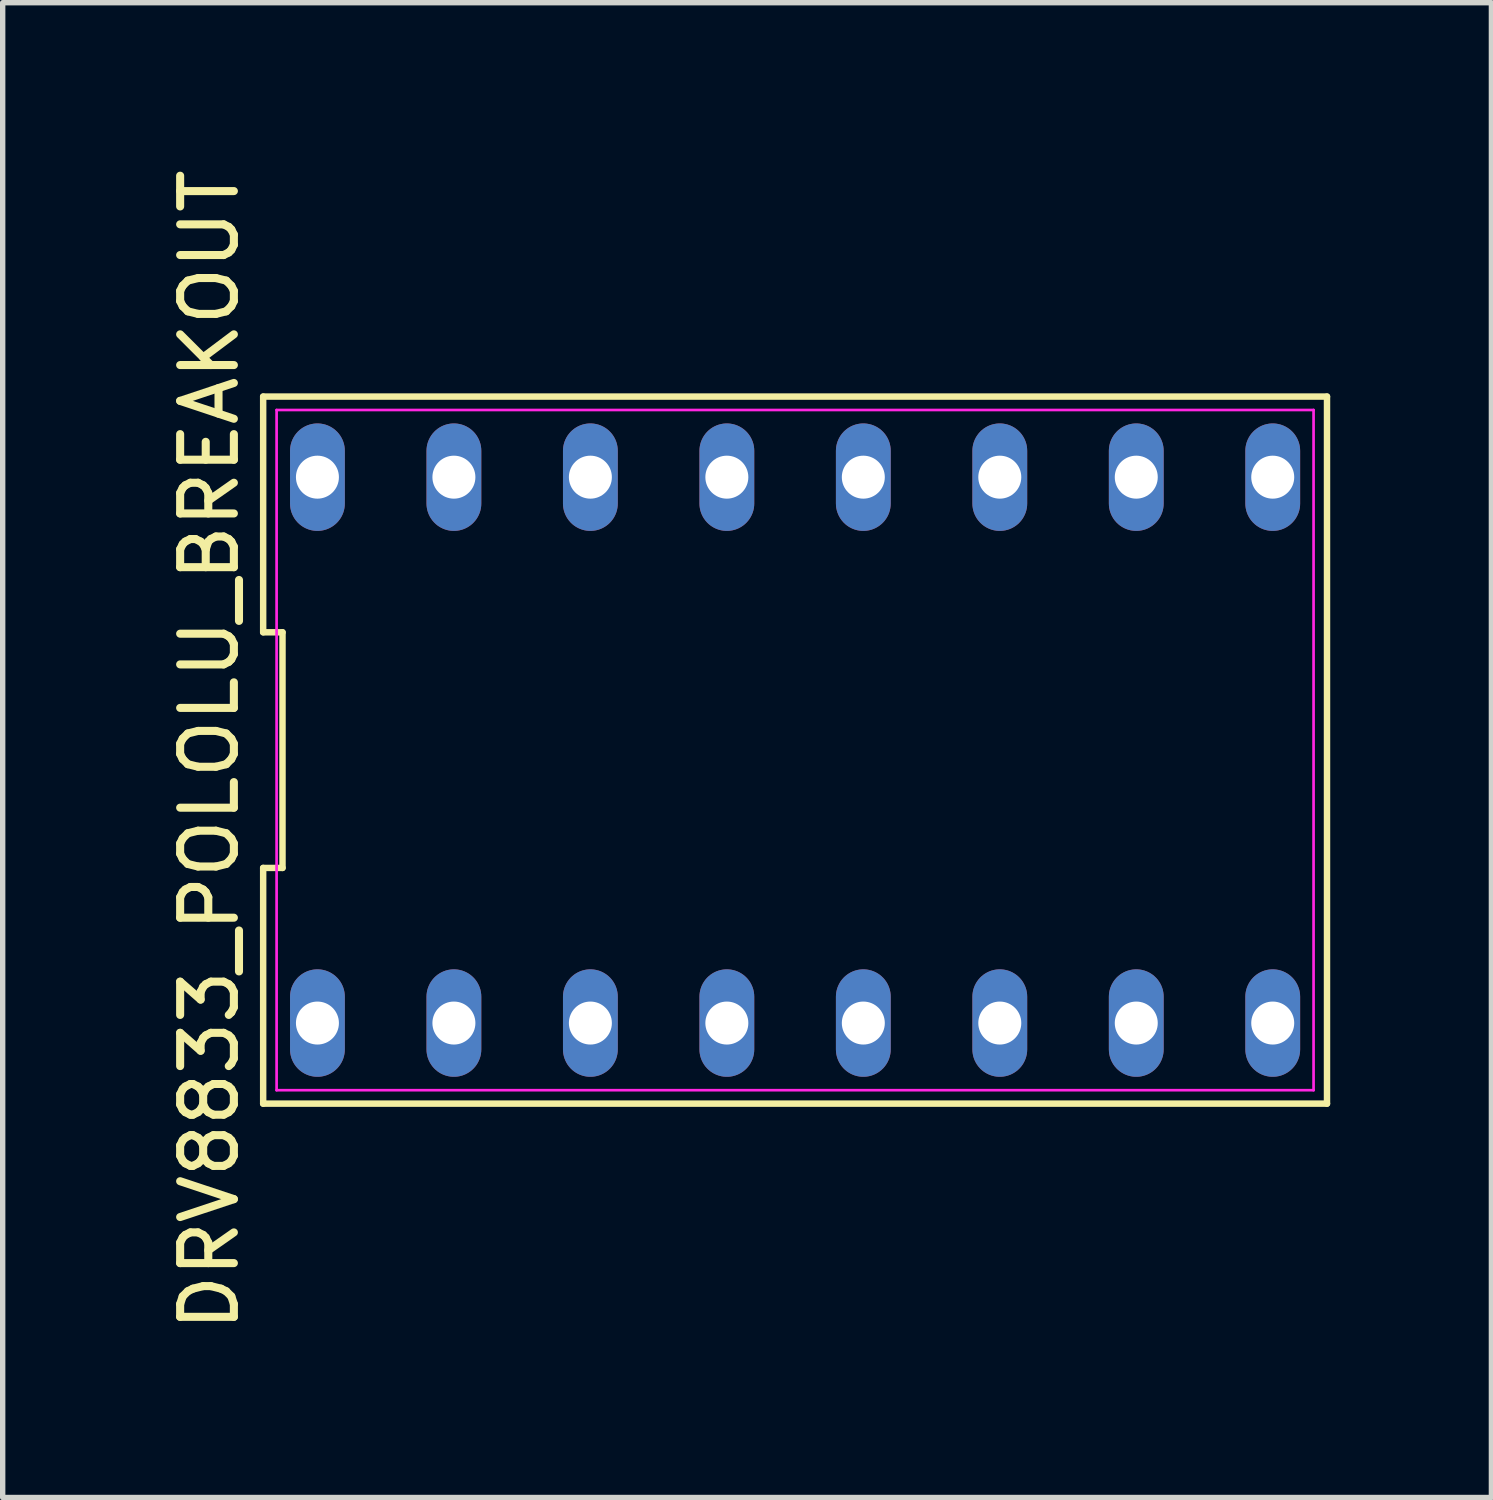
<source format=kicad_pcb>
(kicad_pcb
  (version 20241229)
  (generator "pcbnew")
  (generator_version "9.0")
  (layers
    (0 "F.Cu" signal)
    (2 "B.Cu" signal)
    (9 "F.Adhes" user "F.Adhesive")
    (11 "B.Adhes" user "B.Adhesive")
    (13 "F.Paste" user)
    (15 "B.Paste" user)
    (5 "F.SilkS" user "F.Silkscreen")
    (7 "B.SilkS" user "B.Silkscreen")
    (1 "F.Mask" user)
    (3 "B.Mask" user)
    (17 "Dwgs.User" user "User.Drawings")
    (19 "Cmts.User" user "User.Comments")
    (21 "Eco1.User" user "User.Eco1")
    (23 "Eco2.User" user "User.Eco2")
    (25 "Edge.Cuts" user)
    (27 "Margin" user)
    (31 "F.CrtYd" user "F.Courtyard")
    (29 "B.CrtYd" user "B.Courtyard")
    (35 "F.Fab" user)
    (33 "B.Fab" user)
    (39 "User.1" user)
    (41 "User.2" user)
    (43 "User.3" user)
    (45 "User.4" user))
  (footprint "DRV8833_POLOLU_BREAKOUT"
    (layer "F.Cu")
    (at 11.748 10.911)
    (property "Reference" "DRV8833_POLOLU_BREAKOUT" (at -10.9 0 90) (layer "F.SilkS") (effects (font (size 1 1) (thickness 0.15))))
    (attr through_hole)
    (fp_line (start -9.9 -6.58) (end -9.9 -2.193) (stroke (width 0.12) (type solid)) (layer "F.SilkS"))
    (fp_line (start -9.9 -2.193) (end -9.54 -2.193) (stroke (width 0.12) (type solid)) (layer "F.SilkS"))
    (fp_line (start -9.9 2.193) (end -9.9 6.58) (stroke (width 0.12) (type solid)) (layer "F.SilkS"))
    (fp_line (start -9.9 6.58) (end 9.9 6.58) (stroke (width 0.12) (type solid)) (layer "F.SilkS"))
    (fp_line (start -9.54 -2.193) (end -9.54 2.193) (stroke (width 0.12) (type solid)) (layer "F.SilkS"))
    (fp_line (start -9.54 2.193) (end -9.9 2.193) (stroke (width 0.12) (type solid)) (layer "F.SilkS"))
    (fp_line (start 9.9 -6.58) (end -9.9 -6.58) (stroke (width 0.12) (type solid)) (layer "F.SilkS"))
    (fp_line (start 9.9 6.58) (end 9.9 -6.58) (stroke (width 0.12) (type solid)) (layer "F.SilkS"))
    (fp_line (start -9.65 -6.33) (end 9.65 -6.33) (stroke (width 0.05) (type solid)) (layer "F.CrtYd"))
    (fp_line (start -9.65 6.33) (end -9.65 -6.33) (stroke (width 0.05) (type solid)) (layer "F.CrtYd"))
    (fp_line (start 9.65 -6.33) (end 9.65 6.33) (stroke (width 0.05) (type solid)) (layer "F.CrtYd"))
    (fp_line (start 9.65 6.33) (end -9.65 6.33) (stroke (width 0.05) (type solid)) (layer "F.CrtYd"))
    (pad "1" thru_hole oval (at -8.89 5.08) (size 1.02 2) (drill 0.8) (layers "*.Cu" "*.Mask"))
    (pad "2" thru_hole oval (at -6.35 5.08) (size 1.02 2) (drill 0.8) (layers "*.Cu" "*.Mask"))
    (pad "3" thru_hole oval (at -3.81 5.08) (size 1.02 2) (drill 0.8) (layers "*.Cu" "*.Mask"))
    (pad "4" thru_hole oval (at -1.27 5.08) (size 1.02 2) (drill 0.8) (layers "*.Cu" "*.Mask"))
    (pad "5" thru_hole oval (at 1.27 5.08) (size 1.02 2) (drill 0.8) (layers "*.Cu" "*.Mask"))
    (pad "6" thru_hole oval (at 3.81 5.08) (size 1.02 2) (drill 0.8) (layers "*.Cu" "*.Mask"))
    (pad "7" thru_hole oval (at 6.35 5.08) (size 1.02 2) (drill 0.8) (layers "*.Cu" "*.Mask"))
    (pad "8" thru_hole oval (at 8.89 5.08) (size 1.02 2) (drill 0.8) (layers "*.Cu" "*.Mask"))
    (pad "9" thru_hole oval (at 8.89 -5.08) (size 1.02 2) (drill 0.8) (layers "*.Cu" "*.Mask"))
    (pad "10" thru_hole oval (at 6.35 -5.08) (size 1.02 2) (drill 0.8) (layers "*.Cu" "*.Mask"))
    (pad "11" thru_hole oval (at 3.81 -5.08) (size 1.02 2) (drill 0.8) (layers "*.Cu" "*.Mask"))
    (pad "12" thru_hole oval (at 1.27 -5.08) (size 1.02 2) (drill 0.8) (layers "*.Cu" "*.Mask"))
    (pad "13" thru_hole oval (at -1.27 -5.08) (size 1.02 2) (drill 0.8) (layers "*.Cu" "*.Mask"))
    (pad "14" thru_hole oval (at -3.81 -5.08) (size 1.02 2) (drill 0.8) (layers "*.Cu" "*.Mask"))
    (pad "15" thru_hole oval (at -6.35 -5.08) (size 1.02 2) (drill 0.8) (layers "*.Cu" "*.Mask"))
    (pad "16" thru_hole oval (at -8.89 -5.08) (size 1.02 2) (drill 0.8) (layers "*.Cu" "*.Mask")))
  (gr_rect
    (start -3 -3)
    (end 24.708 24.821)
    (stroke (width 0.1) (type default))
    (fill no)
    (layer "Edge.Cuts")))
</source>
